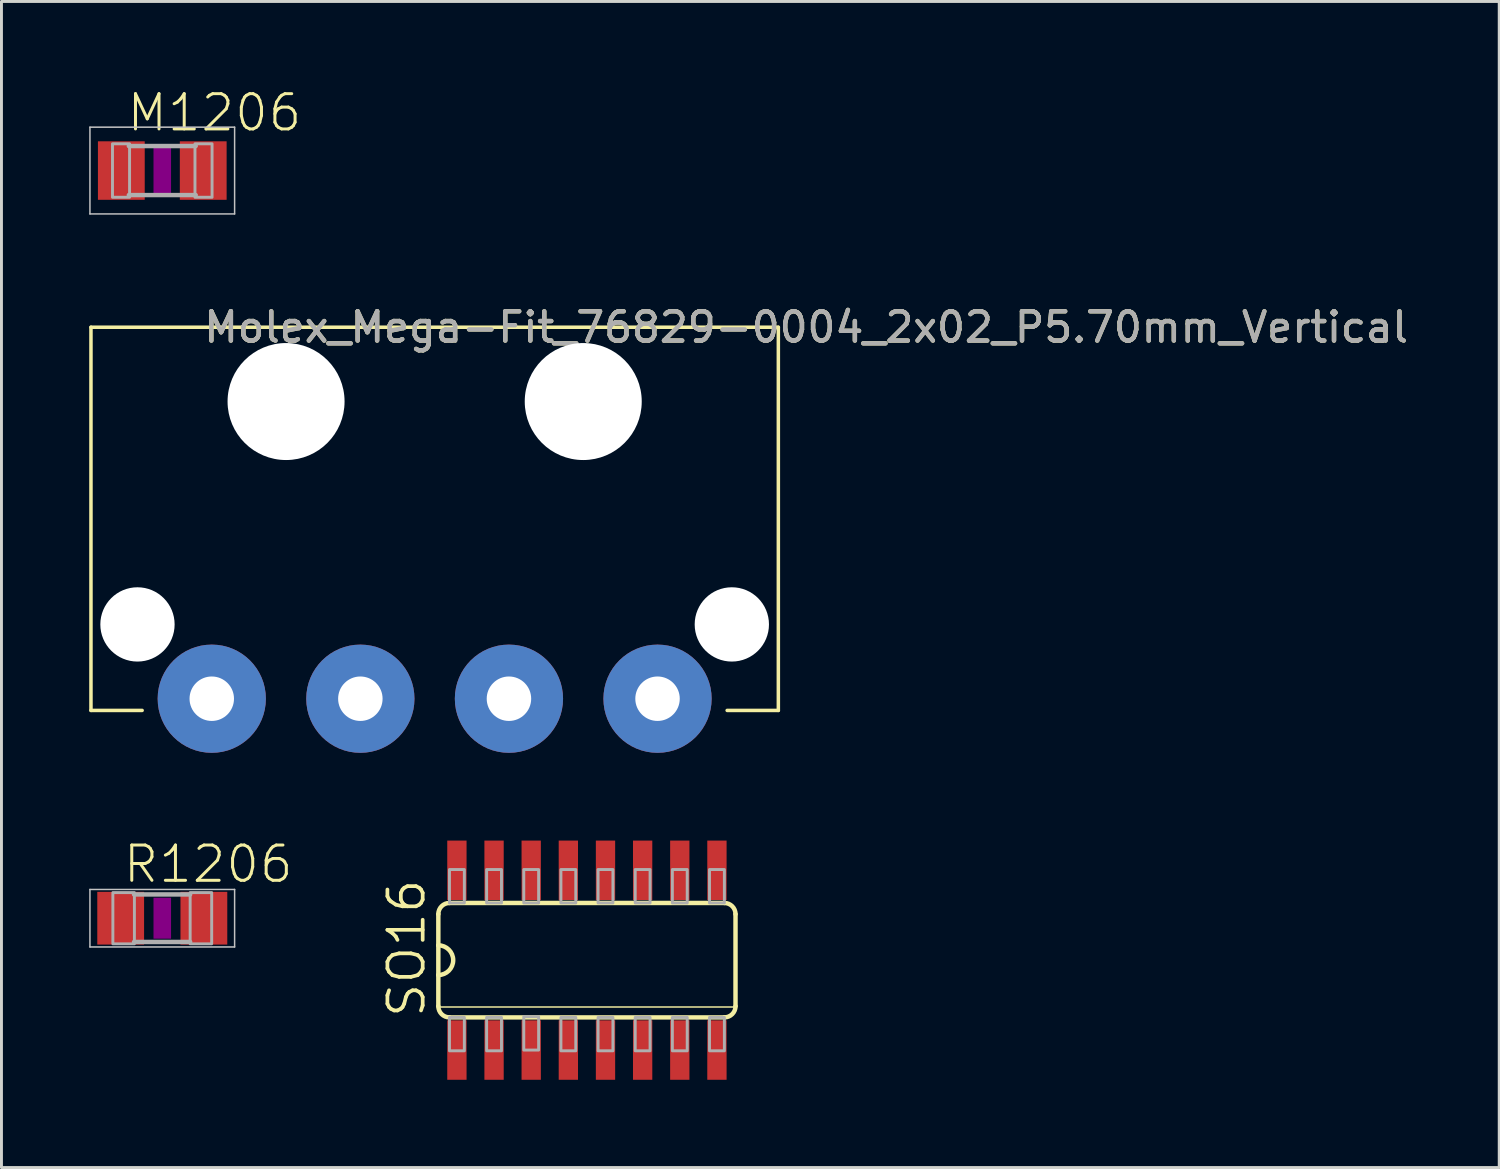
<source format=kicad_pcb>
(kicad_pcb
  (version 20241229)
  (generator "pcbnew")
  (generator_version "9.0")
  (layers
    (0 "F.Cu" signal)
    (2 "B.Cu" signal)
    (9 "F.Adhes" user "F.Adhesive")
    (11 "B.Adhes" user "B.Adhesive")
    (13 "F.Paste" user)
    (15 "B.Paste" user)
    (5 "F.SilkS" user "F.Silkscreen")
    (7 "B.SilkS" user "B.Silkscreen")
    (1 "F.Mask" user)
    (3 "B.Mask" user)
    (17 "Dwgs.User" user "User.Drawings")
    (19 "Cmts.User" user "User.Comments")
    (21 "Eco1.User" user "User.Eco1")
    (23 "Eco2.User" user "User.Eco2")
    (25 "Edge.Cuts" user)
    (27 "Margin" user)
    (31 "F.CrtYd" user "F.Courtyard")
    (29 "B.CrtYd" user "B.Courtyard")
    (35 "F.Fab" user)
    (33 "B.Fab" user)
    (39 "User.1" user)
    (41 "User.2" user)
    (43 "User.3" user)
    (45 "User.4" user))
  (footprint "Molex_Mega-Fit_76829-0004_2x02_P5.70mm_Vertical"
    (layer "F.Cu")
    (at 11.81 20.838)
    (property "Reference" "Molex_Mega-Fit_76829-0004_2x02_P5.70mm_Vertical" (at 12.7 -12.7 0) (layer "F.SilkS") (effects (font (size 1 1) (thickness 0.15))))
    (attr through_hole)
    (fp_line (start -11.75 -12.7) (end -11.75 0.4) (stroke (width 0.12) (type solid)) (layer "F.SilkS"))
    (fp_line (start -11.75 -12.7) (end 11.75 -12.7) (stroke (width 0.12) (type solid)) (layer "F.SilkS"))
    (fp_line (start -10 0.4) (end -11.75 0.4) (stroke (width 0.12) (type solid)) (layer "F.SilkS"))
    (fp_line (start 11.75 -12.7) (end 11.75 0.4) (stroke (width 0.12) (type solid)) (layer "F.SilkS"))
    (fp_line (start 11.75 0.4) (end 10 0.4) (stroke (width 0.12) (type solid)) (layer "F.SilkS"))
    (fp_text user "${REFERENCE}" (at 12.7 -12.7 0) (layer "F.Fab") (effects (font (size 1 1) (thickness 0.15))))
    (pad "" np_thru_hole circle (at -10.16 -2.54) (size 2.54 2.54) (drill 2.54) (layers "*.Cu" "*.Mask"))
    (pad "" np_thru_hole circle (at -5.08 -10.16) (size 4 4) (drill 4) (layers "*.Cu" "*.Mask"))
    (pad "" np_thru_hole circle (at 5.08 -10.16) (size 4 4) (drill 4) (layers "*.Cu" "*.Mask"))
    (pad "" np_thru_hole circle (at 10.16 -2.54) (size 2.54 2.54) (drill 2.54) (layers "*.Cu" "*.Mask"))
    (pad "1" thru_hole circle (at -7.62 0) (size 3.7 3.7) (drill 1.52) (layers "*.Cu" "*.Mask"))
    (pad "2" thru_hole circle (at -2.54 0) (size 3.7 3.7) (drill 1.52) (layers "*.Cu" "*.Mask"))
    (pad "3" thru_hole circle (at 2.54 0) (size 3.7 3.7) (drill 1.52) (layers "*.Cu" "*.Mask"))
    (pad "4" thru_hole circle (at 7.62 0) (size 3.7 3.7) (drill 1.52) (layers "*.Cu" "*.Mask")))
  (footprint "SO16"
    (layer "F.Cu")
    (at 17.016 29.777)
    (property "Reference" "SO16" (at -5.461 2.032 90) (layer "F.SilkS") (effects (font (size 1.206 1.206) (thickness 0.127)) (justify left bottom)))
    (attr through_hole)
    (fp_line (start -5.08 -1.575) (end -5.08 -0.508) (stroke (width 0.152) (type solid)) (layer "F.SilkS"))
    (fp_line (start -5.08 -0.508) (end -5.08 0.508) (stroke (width 0.152) (type solid)) (layer "F.SilkS"))
    (fp_line (start -5.08 0.508) (end -5.08 1.575) (stroke (width 0.152) (type solid)) (layer "F.SilkS"))
    (fp_line (start -5.08 1.6) (end 5.08 1.6) (stroke (width 0.051) (type solid)) (layer "F.SilkS"))
    (fp_line (start -4.699 1.956) (end 4.699 1.956) (stroke (width 0.152) (type solid)) (layer "F.SilkS"))
    (fp_line (start 4.699 -1.956) (end -4.699 -1.956) (stroke (width 0.152) (type solid)) (layer "F.SilkS"))
    (fp_line (start 5.08 1.575) (end 5.08 -1.575) (stroke (width 0.152) (type solid)) (layer "F.SilkS"))
    (fp_arc (start -5.08 -1.5748) (mid -4.968408 -1.844208) (end -4.699 -1.9558) (stroke (width 0.1524) (type solid)) (layer "F.SilkS"))
    (fp_arc (start -5.08 -0.508) (mid -4.572 0) (end -5.08 0.508) (stroke (width 0.1524) (type solid)) (layer "F.SilkS"))
    (fp_arc (start -4.699 1.9558) (mid -4.968408 1.844208) (end -5.08 1.5748) (stroke (width 0.1524) (type solid)) (layer "F.SilkS"))
    (fp_arc (start 4.699 -1.9558) (mid 4.968408 -1.844208) (end 5.08 -1.5748) (stroke (width 0.1524) (type solid)) (layer "F.SilkS"))
    (fp_arc (start 5.08 1.5748) (mid 4.968408 1.844208) (end 4.699 1.9558) (stroke (width 0.1524) (type solid)) (layer "F.SilkS"))
    (fp_poly (pts (xy -4.699 -1.956) (xy -4.191 -1.956) (xy -4.191 -3.099) (xy -4.699 -3.099)) (stroke (width 0.1) (type solid)) (fill no) (layer "F.Fab"))
    (fp_poly (pts (xy -4.699 3.099) (xy -4.191 3.099) (xy -4.191 1.956) (xy -4.699 1.956)) (stroke (width 0.1) (type solid)) (fill no) (layer "F.Fab"))
    (fp_poly (pts (xy -3.429 -1.956) (xy -2.921 -1.956) (xy -2.921 -3.099) (xy -3.429 -3.099)) (stroke (width 0.1) (type solid)) (fill no) (layer "F.Fab"))
    (fp_poly (pts (xy -3.429 3.099) (xy -2.921 3.099) (xy -2.921 1.956) (xy -3.429 1.956)) (stroke (width 0.1) (type solid)) (fill no) (layer "F.Fab"))
    (fp_poly (pts (xy -2.159 -1.956) (xy -1.651 -1.956) (xy -1.651 -3.099) (xy -2.159 -3.099)) (stroke (width 0.1) (type solid)) (fill no) (layer "F.Fab"))
    (fp_poly (pts (xy -2.159 3.073) (xy -1.651 3.073) (xy -1.651 1.93) (xy -2.159 1.93)) (stroke (width 0.1) (type solid)) (fill no) (layer "F.Fab"))
    (fp_poly (pts (xy -0.889 -1.956) (xy -0.381 -1.956) (xy -0.381 -3.099) (xy -0.889 -3.099)) (stroke (width 0.1) (type solid)) (fill no) (layer "F.Fab"))
    (fp_poly (pts (xy -0.889 3.099) (xy -0.381 3.099) (xy -0.381 1.956) (xy -0.889 1.956)) (stroke (width 0.1) (type solid)) (fill no) (layer "F.Fab"))
    (fp_poly (pts (xy 0.381 -1.956) (xy 0.889 -1.956) (xy 0.889 -3.099) (xy 0.381 -3.099)) (stroke (width 0.1) (type solid)) (fill no) (layer "F.Fab"))
    (fp_poly (pts (xy 0.381 3.099) (xy 0.889 3.099) (xy 0.889 1.956) (xy 0.381 1.956)) (stroke (width 0.1) (type solid)) (fill no) (layer "F.Fab"))
    (fp_poly (pts (xy 1.651 -1.956) (xy 2.159 -1.956) (xy 2.159 -3.099) (xy 1.651 -3.099)) (stroke (width 0.1) (type solid)) (fill no) (layer "F.Fab"))
    (fp_poly (pts (xy 1.651 3.099) (xy 2.159 3.099) (xy 2.159 1.956) (xy 1.651 1.956)) (stroke (width 0.1) (type solid)) (fill no) (layer "F.Fab"))
    (fp_poly (pts (xy 2.921 -1.956) (xy 3.429 -1.956) (xy 3.429 -3.099) (xy 2.921 -3.099)) (stroke (width 0.1) (type solid)) (fill no) (layer "F.Fab"))
    (fp_poly (pts (xy 2.921 3.099) (xy 3.429 3.099) (xy 3.429 1.956) (xy 2.921 1.956)) (stroke (width 0.1) (type solid)) (fill no) (layer "F.Fab"))
    (fp_poly (pts (xy 4.191 -1.956) (xy 4.699 -1.956) (xy 4.699 -3.099) (xy 4.191 -3.099)) (stroke (width 0.1) (type solid)) (fill no) (layer "F.Fab"))
    (fp_poly (pts (xy 4.191 3.099) (xy 4.699 3.099) (xy 4.699 1.956) (xy 4.191 1.956)) (stroke (width 0.1) (type solid)) (fill no) (layer "F.Fab"))
    (pad "1" smd rect (at -4.445 3.073) (size 0.66 2.032) (layers "F.Cu" "F.Mask" "F.Paste"))
    (pad "2" smd rect (at -3.175 3.073) (size 0.66 2.032) (layers "F.Cu" "F.Mask" "F.Paste"))
    (pad "3" smd rect (at -1.905 3.073) (size 0.66 2.032) (layers "F.Cu" "F.Mask" "F.Paste"))
    (pad "4" smd rect (at -0.635 3.073) (size 0.66 2.032) (layers "F.Cu" "F.Mask" "F.Paste"))
    (pad "5" smd rect (at 0.635 3.073) (size 0.66 2.032) (layers "F.Cu" "F.Mask" "F.Paste"))
    (pad "6" smd rect (at 1.905 3.073) (size 0.66 2.032) (layers "F.Cu" "F.Mask" "F.Paste"))
    (pad "7" smd rect (at 3.175 3.073) (size 0.66 2.032) (layers "F.Cu" "F.Mask" "F.Paste"))
    (pad "8" smd rect (at 4.445 3.073) (size 0.66 2.032) (layers "F.Cu" "F.Mask" "F.Paste"))
    (pad "9" smd rect (at 4.445 -3.073) (size 0.66 2.032) (layers "F.Cu" "F.Mask" "F.Paste"))
    (pad "10" smd rect (at 3.175 -3.073) (size 0.66 2.032) (layers "F.Cu" "F.Mask" "F.Paste"))
    (pad "11" smd rect (at 1.905 -3.073) (size 0.66 2.032) (layers "F.Cu" "F.Mask" "F.Paste"))
    (pad "12" smd rect (at 0.635 -3.073) (size 0.66 2.032) (layers "F.Cu" "F.Mask" "F.Paste"))
    (pad "13" smd rect (at -0.635 -3.073) (size 0.66 2.032) (layers "F.Cu" "F.Mask" "F.Paste"))
    (pad "14" smd rect (at -1.905 -3.073) (size 0.66 2.032) (layers "F.Cu" "F.Mask" "F.Paste"))
    (pad "15" smd rect (at -3.175 -3.073) (size 0.66 2.032) (layers "F.Cu" "F.Mask" "F.Paste"))
    (pad "16" smd rect (at -4.445 -3.073) (size 0.66 2.032) (layers "F.Cu" "F.Mask" "F.Paste")))
  (footprint "R1206"
    (layer "F.Cu")
    (at 2.498 28.342)
    (property "Reference" "R1206" (at -1.397 -1.143 0) (layer "F.SilkS") (effects (font (size 1.206 1.206) (thickness 0.102)) (justify left bottom)))
    (attr through_hole)
    (fp_poly (pts (xy -0.3 0.7) (xy 0.3 0.7) (xy 0.3 -0.7) (xy -0.3 -0.7)) (stroke (width 0) (type solid)) (fill yes) (layer "F.Adhes"))
    (fp_line (start -2.473 -0.983) (end 2.473 -0.983) (stroke (width 0.051) (type solid)) (layer "Dwgs.User"))
    (fp_line (start -2.473 0.983) (end -2.473 -0.983) (stroke (width 0.051) (type solid)) (layer "Dwgs.User"))
    (fp_line (start 2.473 -0.983) (end 2.473 0.983) (stroke (width 0.051) (type solid)) (layer "Dwgs.User"))
    (fp_line (start 2.473 0.983) (end -2.473 0.983) (stroke (width 0.051) (type solid)) (layer "Dwgs.User"))
    (fp_line (start 0.953 -0.813) (end -0.965 -0.813) (stroke (width 0.152) (type solid)) (layer "F.Fab"))
    (fp_line (start 0.953 0.813) (end -0.965 0.813) (stroke (width 0.152) (type solid)) (layer "F.Fab"))
    (fp_poly (pts (xy -1.689 0.876) (xy -0.953 0.876) (xy -0.953 -0.876) (xy -1.689 -0.876)) (stroke (width 0.1) (type solid)) (fill no) (layer "F.Fab"))
    (fp_poly (pts (xy 0.953 0.876) (xy 1.689 0.876) (xy 1.689 -0.876) (xy 0.953 -0.876)) (stroke (width 0.1) (type solid)) (fill no) (layer "F.Fab"))
    (pad "1" smd rect (at -1.422 0) (size 1.6 1.803) (layers "F.Cu" "F.Mask" "F.Paste"))
    (pad "2" smd rect (at 1.422 0) (size 1.6 1.803) (layers "F.Cu" "F.Mask" "F.Paste")))
  (footprint "M1206"
    (layer "F.Cu")
    (at 2.498 2.781)
    (property "Reference" "M1206" (at -1.27 -1.27 0) (layer "F.SilkS") (effects (font (size 1.206 1.206) (thickness 0.102)) (justify left bottom)))
    (attr through_hole)
    (fp_poly (pts (xy -0.3 0.8) (xy 0.3 0.8) (xy 0.3 -0.8) (xy -0.3 -0.8)) (stroke (width 0) (type solid)) (fill yes) (layer "F.Adhes"))
    (fp_line (start -2.473 -1.483) (end 2.473 -1.483) (stroke (width 0.051) (type solid)) (layer "Dwgs.User"))
    (fp_line (start -2.473 1.483) (end -2.473 -1.483) (stroke (width 0.051) (type solid)) (layer "Dwgs.User"))
    (fp_line (start 2.473 -1.483) (end 2.473 1.483) (stroke (width 0.051) (type solid)) (layer "Dwgs.User"))
    (fp_line (start 2.473 1.483) (end -2.473 1.483) (stroke (width 0.051) (type solid)) (layer "Dwgs.User"))
    (fp_line (start 1.143 -0.838) (end -1.143 -0.838) (stroke (width 0.152) (type solid)) (layer "F.Fab"))
    (fp_line (start 1.143 0.838) (end -1.143 0.838) (stroke (width 0.152) (type solid)) (layer "F.Fab"))
    (fp_poly (pts (xy -1.702 0.914) (xy -1.118 0.914) (xy -1.118 -0.914) (xy -1.702 -0.914)) (stroke (width 0.1) (type solid)) (fill no) (layer "F.Fab"))
    (fp_poly (pts (xy 1.118 0.914) (xy 1.702 0.914) (xy 1.702 -0.914) (xy 1.118 -0.914)) (stroke (width 0.1) (type solid)) (fill no) (layer "F.Fab"))
    (pad "1" smd rect (at -1.4 0) (size 1.6 2) (layers "F.Cu" "F.Mask" "F.Paste"))
    (pad "2" smd rect (at 1.4 0) (size 1.6 2) (layers "F.Cu" "F.Mask" "F.Paste")))
  (gr_rect
    (start -3 -3)
    (end 48.206 36.867)
    (stroke (width 0.1) (type default))
    (fill no)
    (layer "Edge.Cuts")))
</source>
